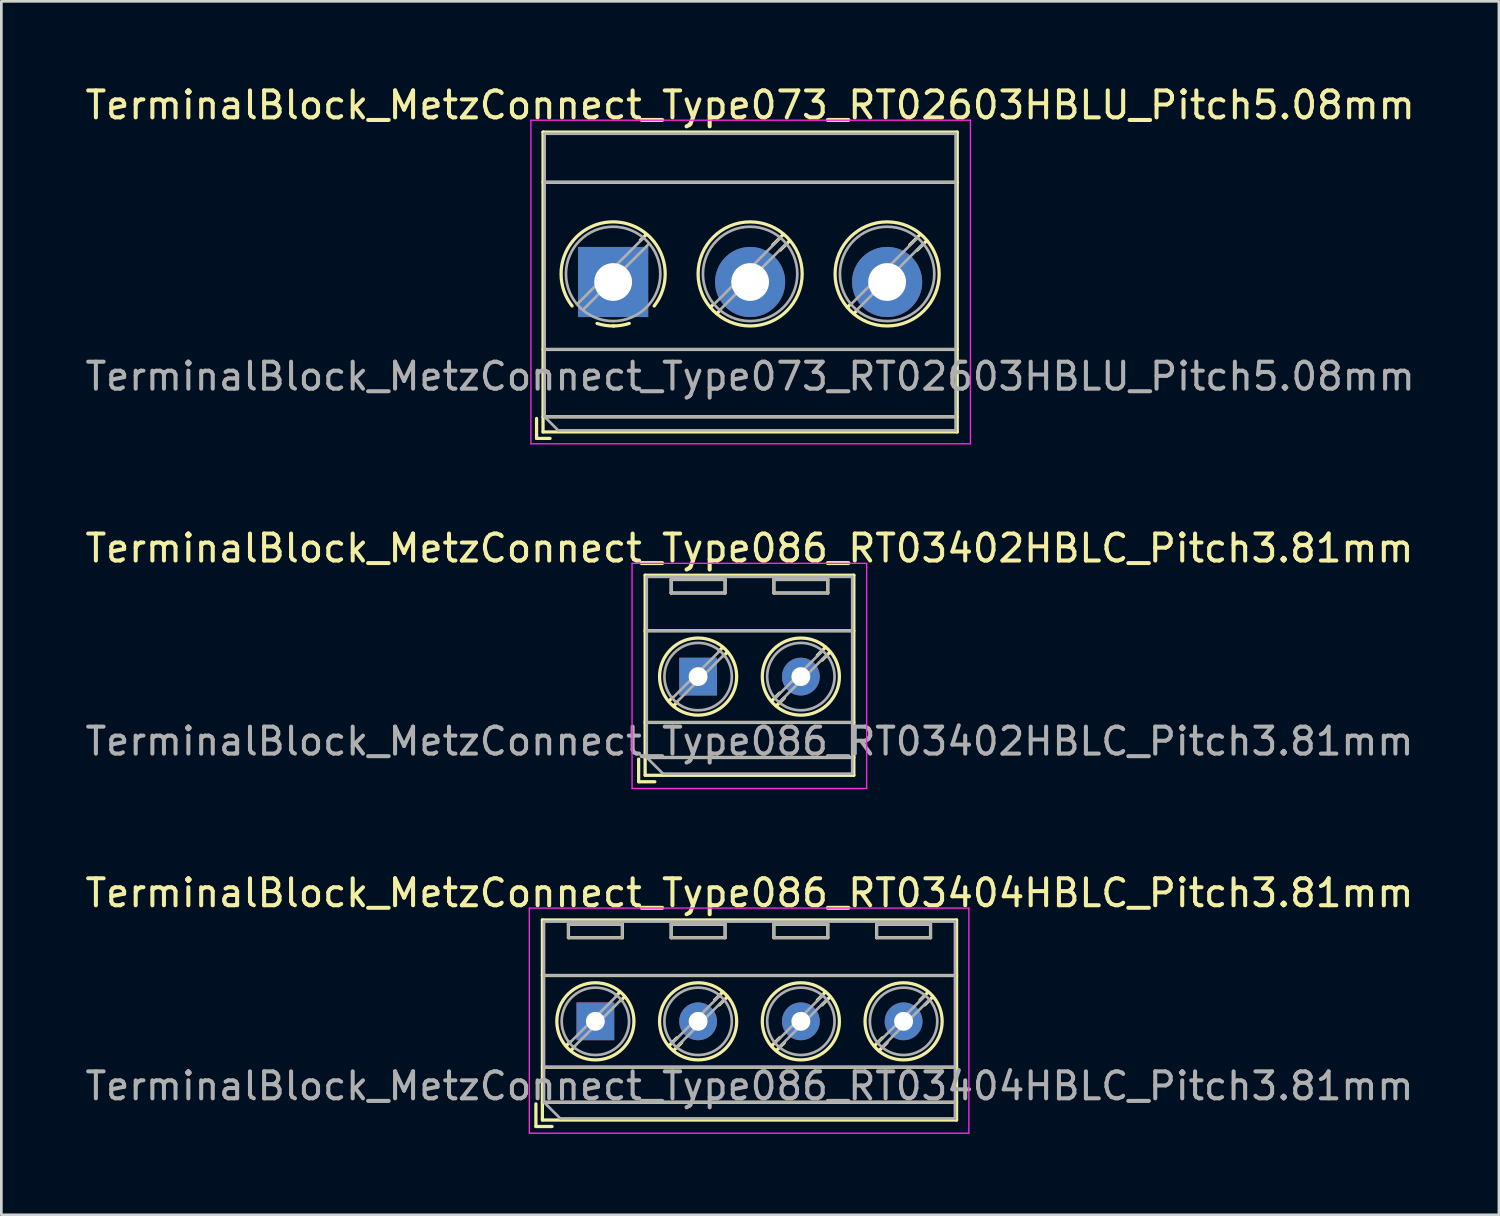
<source format=kicad_pcb>
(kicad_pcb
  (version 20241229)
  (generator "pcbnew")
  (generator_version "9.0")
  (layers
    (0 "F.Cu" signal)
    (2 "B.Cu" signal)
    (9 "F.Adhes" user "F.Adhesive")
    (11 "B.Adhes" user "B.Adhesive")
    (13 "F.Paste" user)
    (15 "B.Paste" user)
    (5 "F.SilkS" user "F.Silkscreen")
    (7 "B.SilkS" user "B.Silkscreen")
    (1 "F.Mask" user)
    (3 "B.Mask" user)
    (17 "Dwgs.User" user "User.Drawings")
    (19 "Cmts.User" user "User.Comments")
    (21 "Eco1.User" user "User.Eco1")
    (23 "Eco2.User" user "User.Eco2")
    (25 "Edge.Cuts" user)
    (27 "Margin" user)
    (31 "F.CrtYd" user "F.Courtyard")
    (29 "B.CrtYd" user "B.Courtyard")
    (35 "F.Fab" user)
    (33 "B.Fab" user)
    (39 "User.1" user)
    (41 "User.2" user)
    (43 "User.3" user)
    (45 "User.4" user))
  (footprint "TerminalBlock_MetzConnect_Type086_RT03404HBLC_Pitch3.81mm"
    (layer "F.Cu")
    (at 19.029 34.825)
    (property "Reference" "TerminalBlock_MetzConnect_Type086_RT03404HBLC_Pitch3.81mm" (at 5.715 -4.76 0) (layer "F.SilkS") (effects (font (size 1 1) (thickness 0.15))))
    (attr through_hole)
    (fp_line (start -2.205 3.06) (end -2.205 3.9) (stroke (width 0.12) (type solid)) (layer "F.SilkS"))
    (fp_line (start -2.205 3.9) (end -1.605 3.9) (stroke (width 0.12) (type solid)) (layer "F.SilkS"))
    (fp_line (start -1.965 -3.76) (end -1.965 3.66) (stroke (width 0.12) (type solid)) (layer "F.SilkS"))
    (fp_line (start -1.965 -1.7) (end 13.395 -1.7) (stroke (width 0.12) (type solid)) (layer "F.SilkS"))
    (fp_line (start -1.965 1.7) (end 13.395 1.7) (stroke (width 0.12) (type solid)) (layer "F.SilkS"))
    (fp_line (start -1.965 3) (end 13.395 3) (stroke (width 0.12) (type solid)) (layer "F.SilkS"))
    (fp_line (start -1.965 3.66) (end 13.395 3.66) (stroke (width 0.12) (type solid)) (layer "F.SilkS"))
    (fp_line (start -1 -3.6) (end -1 -3.1) (stroke (width 0.12) (type solid)) (layer "F.SilkS"))
    (fp_line (start -1 -3.6) (end 1 -3.6) (stroke (width 0.12) (type solid)) (layer "F.SilkS"))
    (fp_line (start -1 -3.1) (end 1 -3.1) (stroke (width 0.12) (type solid)) (layer "F.SilkS"))
    (fp_line (start -0.946 0.771) (end -1.085 0.91) (stroke (width 0.12) (type solid)) (layer "F.SilkS"))
    (fp_line (start -0.771 0.945) (end -0.911 1.085) (stroke (width 0.12) (type solid)) (layer "F.SilkS"))
    (fp_line (start 0.911 -1.085) (end 0.771 -0.945) (stroke (width 0.12) (type solid)) (layer "F.SilkS"))
    (fp_line (start 1 -3.6) (end 1 -3.1) (stroke (width 0.12) (type solid)) (layer "F.SilkS"))
    (fp_line (start 1.085 -0.91) (end 0.945 -0.771) (stroke (width 0.12) (type solid)) (layer "F.SilkS"))
    (fp_line (start 2.81 -3.6) (end 2.81 -3.1) (stroke (width 0.12) (type solid)) (layer "F.SilkS"))
    (fp_line (start 2.81 -3.6) (end 4.81 -3.6) (stroke (width 0.12) (type solid)) (layer "F.SilkS"))
    (fp_line (start 2.81 -3.1) (end 4.81 -3.1) (stroke (width 0.12) (type solid)) (layer "F.SilkS"))
    (fp_line (start 3.025 0.611) (end 2.726 0.91) (stroke (width 0.12) (type solid)) (layer "F.SilkS"))
    (fp_line (start 3.2 0.786) (end 2.9 1.085) (stroke (width 0.12) (type solid)) (layer "F.SilkS"))
    (fp_line (start 4.721 -1.085) (end 4.421 -0.786) (stroke (width 0.12) (type solid)) (layer "F.SilkS"))
    (fp_line (start 4.81 -3.6) (end 4.81 -3.1) (stroke (width 0.12) (type solid)) (layer "F.SilkS"))
    (fp_line (start 4.895 -0.91) (end 4.596 -0.611) (stroke (width 0.12) (type solid)) (layer "F.SilkS"))
    (fp_line (start 6.62 -3.6) (end 6.62 -3.1) (stroke (width 0.12) (type solid)) (layer "F.SilkS"))
    (fp_line (start 6.62 -3.6) (end 8.62 -3.6) (stroke (width 0.12) (type solid)) (layer "F.SilkS"))
    (fp_line (start 6.62 -3.1) (end 8.62 -3.1) (stroke (width 0.12) (type solid)) (layer "F.SilkS"))
    (fp_line (start 6.835 0.611) (end 6.536 0.91) (stroke (width 0.12) (type solid)) (layer "F.SilkS"))
    (fp_line (start 7.01 0.786) (end 6.71 1.085) (stroke (width 0.12) (type solid)) (layer "F.SilkS"))
    (fp_line (start 8.531 -1.085) (end 8.231 -0.786) (stroke (width 0.12) (type solid)) (layer "F.SilkS"))
    (fp_line (start 8.62 -3.6) (end 8.62 -3.1) (stroke (width 0.12) (type solid)) (layer "F.SilkS"))
    (fp_line (start 8.705 -0.91) (end 8.406 -0.611) (stroke (width 0.12) (type solid)) (layer "F.SilkS"))
    (fp_line (start 10.43 -3.6) (end 10.43 -3.1) (stroke (width 0.12) (type solid)) (layer "F.SilkS"))
    (fp_line (start 10.43 -3.6) (end 12.43 -3.6) (stroke (width 0.12) (type solid)) (layer "F.SilkS"))
    (fp_line (start 10.43 -3.1) (end 12.43 -3.1) (stroke (width 0.12) (type solid)) (layer "F.SilkS"))
    (fp_line (start 10.645 0.611) (end 10.346 0.91) (stroke (width 0.12) (type solid)) (layer "F.SilkS"))
    (fp_line (start 10.82 0.786) (end 10.52 1.085) (stroke (width 0.12) (type solid)) (layer "F.SilkS"))
    (fp_line (start 12.341 -1.085) (end 12.041 -0.786) (stroke (width 0.12) (type solid)) (layer "F.SilkS"))
    (fp_line (start 12.43 -3.6) (end 12.43 -3.1) (stroke (width 0.12) (type solid)) (layer "F.SilkS"))
    (fp_line (start 12.515 -0.91) (end 12.216 -0.611) (stroke (width 0.12) (type solid)) (layer "F.SilkS"))
    (fp_line (start 13.395 -3.76) (end -1.965 -3.76) (stroke (width 0.12) (type solid)) (layer "F.SilkS"))
    (fp_line (start 13.395 3.66) (end 13.395 -3.76) (stroke (width 0.12) (type solid)) (layer "F.SilkS"))
    (fp_circle (center 0 0) (end 1.43 0) (stroke (width 0.12) (type solid)) (fill no) (layer "F.SilkS"))
    (fp_circle (center 3.81 0) (end 5.24 0) (stroke (width 0.12) (type solid)) (fill no) (layer "F.SilkS"))
    (fp_circle (center 7.62 0) (end 9.05 0) (stroke (width 0.12) (type solid)) (fill no) (layer "F.SilkS"))
    (fp_circle (center 11.43 0) (end 12.86 0) (stroke (width 0.12) (type solid)) (fill no) (layer "F.SilkS"))
    (fp_line (start -2.45 -4.2) (end -2.45 4.15) (stroke (width 0.05) (type solid)) (layer "F.CrtYd"))
    (fp_line (start -2.45 4.15) (end 13.85 4.15) (stroke (width 0.05) (type solid)) (layer "F.CrtYd"))
    (fp_line (start 13.85 -4.2) (end -2.45 -4.2) (stroke (width 0.05) (type solid)) (layer "F.CrtYd"))
    (fp_line (start 13.85 4.15) (end 13.85 -4.2) (stroke (width 0.05) (type solid)) (layer "F.CrtYd"))
    (fp_line (start -1.905 -3.7) (end 13.335 -3.7) (stroke (width 0.1) (type solid)) (layer "F.Fab"))
    (fp_line (start -1.905 -1.7) (end 13.335 -1.7) (stroke (width 0.1) (type solid)) (layer "F.Fab"))
    (fp_line (start -1.905 1.7) (end 13.335 1.7) (stroke (width 0.1) (type solid)) (layer "F.Fab"))
    (fp_line (start -1.905 3) (end -1.905 -3.7) (stroke (width 0.1) (type solid)) (layer "F.Fab"))
    (fp_line (start -1.905 3) (end 13.335 3) (stroke (width 0.1) (type solid)) (layer "F.Fab"))
    (fp_line (start -1.305 3.6) (end -1.905 3) (stroke (width 0.1) (type solid)) (layer "F.Fab"))
    (fp_line (start -1 -3.6) (end -1 -3.1) (stroke (width 0.1) (type solid)) (layer "F.Fab"))
    (fp_line (start -1 -3.1) (end 1 -3.1) (stroke (width 0.1) (type solid)) (layer "F.Fab"))
    (fp_line (start 0.796 -0.948) (end -0.949 0.796) (stroke (width 0.1) (type solid)) (layer "F.Fab"))
    (fp_line (start 0.949 -0.796) (end -0.796 0.948) (stroke (width 0.1) (type solid)) (layer "F.Fab"))
    (fp_line (start 1 -3.6) (end -1 -3.6) (stroke (width 0.1) (type solid)) (layer "F.Fab"))
    (fp_line (start 1 -3.1) (end 1 -3.6) (stroke (width 0.1) (type solid)) (layer "F.Fab"))
    (fp_line (start 2.81 -3.6) (end 2.81 -3.1) (stroke (width 0.1) (type solid)) (layer "F.Fab"))
    (fp_line (start 2.81 -3.1) (end 4.81 -3.1) (stroke (width 0.1) (type solid)) (layer "F.Fab"))
    (fp_line (start 4.606 -0.948) (end 2.862 0.796) (stroke (width 0.1) (type solid)) (layer "F.Fab"))
    (fp_line (start 4.759 -0.796) (end 3.015 0.948) (stroke (width 0.1) (type solid)) (layer "F.Fab"))
    (fp_line (start 4.81 -3.6) (end 2.81 -3.6) (stroke (width 0.1) (type solid)) (layer "F.Fab"))
    (fp_line (start 4.81 -3.1) (end 4.81 -3.6) (stroke (width 0.1) (type solid)) (layer "F.Fab"))
    (fp_line (start 6.62 -3.6) (end 6.62 -3.1) (stroke (width 0.1) (type solid)) (layer "F.Fab"))
    (fp_line (start 6.62 -3.1) (end 8.62 -3.1) (stroke (width 0.1) (type solid)) (layer "F.Fab"))
    (fp_line (start 8.416 -0.948) (end 6.672 0.796) (stroke (width 0.1) (type solid)) (layer "F.Fab"))
    (fp_line (start 8.569 -0.796) (end 6.825 0.948) (stroke (width 0.1) (type solid)) (layer "F.Fab"))
    (fp_line (start 8.62 -3.6) (end 6.62 -3.6) (stroke (width 0.1) (type solid)) (layer "F.Fab"))
    (fp_line (start 8.62 -3.1) (end 8.62 -3.6) (stroke (width 0.1) (type solid)) (layer "F.Fab"))
    (fp_line (start 10.43 -3.6) (end 10.43 -3.1) (stroke (width 0.1) (type solid)) (layer "F.Fab"))
    (fp_line (start 10.43 -3.1) (end 12.43 -3.1) (stroke (width 0.1) (type solid)) (layer "F.Fab"))
    (fp_line (start 12.226 -0.948) (end 10.482 0.796) (stroke (width 0.1) (type solid)) (layer "F.Fab"))
    (fp_line (start 12.379 -0.796) (end 10.635 0.948) (stroke (width 0.1) (type solid)) (layer "F.Fab"))
    (fp_line (start 12.43 -3.6) (end 10.43 -3.6) (stroke (width 0.1) (type solid)) (layer "F.Fab"))
    (fp_line (start 12.43 -3.1) (end 12.43 -3.6) (stroke (width 0.1) (type solid)) (layer "F.Fab"))
    (fp_line (start 13.335 -3.7) (end 13.335 3.6) (stroke (width 0.1) (type solid)) (layer "F.Fab"))
    (fp_line (start 13.335 3.6) (end -1.305 3.6) (stroke (width 0.1) (type solid)) (layer "F.Fab"))
    (fp_circle (center 0 0) (end 1.25 0) (stroke (width 0.1) (type solid)) (fill no) (layer "F.Fab"))
    (fp_circle (center 3.81 0) (end 5.06 0) (stroke (width 0.1) (type solid)) (fill no) (layer "F.Fab"))
    (fp_circle (center 7.62 0) (end 8.87 0) (stroke (width 0.1) (type solid)) (fill no) (layer "F.Fab"))
    (fp_circle (center 11.43 0) (end 12.68 0) (stroke (width 0.1) (type solid)) (fill no) (layer "F.Fab"))
    (fp_text user "${REFERENCE}" (at 5.715 2.4 0) (layer "F.Fab") (effects (font (size 1 1) (thickness 0.15))))
    (pad "1" thru_hole rect (at 0 0) (size 1.4 1.4) (drill 0.7) (layers "*.Cu" "*.Mask"))
    (pad "2" thru_hole circle (at 3.81 0) (size 1.4 1.4) (drill 0.7) (layers "*.Cu" "*.Mask"))
    (pad "3" thru_hole circle (at 7.62 0) (size 1.4 1.4) (drill 0.7) (layers "*.Cu" "*.Mask"))
    (pad "4" thru_hole circle (at 11.43 0) (size 1.4 1.4) (drill 0.7) (layers "*.Cu" "*.Mask")))
  (footprint "TerminalBlock_MetzConnect_Type073_RT02603HBLU_Pitch5.08mm"
    (layer "F.Cu")
    (at 19.688 7.408)
    (property "Reference" "TerminalBlock_MetzConnect_Type073_RT02603HBLU_Pitch5.08mm" (at 5.08 -6.56 0) (layer "F.SilkS") (effects (font (size 1 1) (thickness 0.15))))
    (attr through_hole)
    (fp_line (start -2.84 5.06) (end -2.84 5.8) (stroke (width 0.12) (type solid)) (layer "F.SilkS"))
    (fp_line (start -2.84 5.8) (end -2.34 5.8) (stroke (width 0.12) (type solid)) (layer "F.SilkS"))
    (fp_line (start -2.6 -5.56) (end -2.6 5.56) (stroke (width 0.12) (type solid)) (layer "F.SilkS"))
    (fp_line (start -2.6 -3.7) (end 12.76 -3.7) (stroke (width 0.12) (type solid)) (layer "F.SilkS"))
    (fp_line (start -2.6 2.5) (end 12.76 2.5) (stroke (width 0.12) (type solid)) (layer "F.SilkS"))
    (fp_line (start -2.6 5) (end 12.76 5) (stroke (width 0.12) (type solid)) (layer "F.SilkS"))
    (fp_line (start -2.6 5.56) (end 12.76 5.56) (stroke (width 0.12) (type solid)) (layer "F.SilkS"))
    (fp_line (start 1.229 -1.764) (end 1.013 -1.549) (stroke (width 0.12) (type solid)) (layer "F.SilkS"))
    (fp_line (start 3.724 0.821) (end 3.617 0.928) (stroke (width 0.12) (type solid)) (layer "F.SilkS"))
    (fp_line (start 3.933 1.083) (end 3.852 1.164) (stroke (width 0.12) (type solid)) (layer "F.SilkS"))
    (fp_line (start 6.309 -1.764) (end 5.918 -1.374) (stroke (width 0.12) (type solid)) (layer "F.SilkS"))
    (fp_line (start 6.544 -1.529) (end 6.194 -1.179) (stroke (width 0.12) (type solid)) (layer "F.SilkS"))
    (fp_line (start 8.804 0.821) (end 8.697 0.928) (stroke (width 0.12) (type solid)) (layer "F.SilkS"))
    (fp_line (start 9.013 1.083) (end 8.932 1.164) (stroke (width 0.12) (type solid)) (layer "F.SilkS"))
    (fp_line (start 11.389 -1.764) (end 10.998 -1.374) (stroke (width 0.12) (type solid)) (layer "F.SilkS"))
    (fp_line (start 11.624 -1.529) (end 11.274 -1.179) (stroke (width 0.12) (type solid)) (layer "F.SilkS"))
    (fp_line (start 12.76 -5.56) (end -2.6 -5.56) (stroke (width 0.12) (type solid)) (layer "F.SilkS"))
    (fp_line (start 12.76 5.56) (end 12.76 -5.56) (stroke (width 0.12) (type solid)) (layer "F.SilkS"))
    (fp_arc (start -1.521645 0.888175) (mid -1.930586 -0.300524) (end -1.521 -1.489) (stroke (width 0.12) (type solid)) (layer "F.SilkS"))
    (fp_arc (start -1.500317 -1.514609) (mid -0.000252 -2.230344) (end 1.5 -1.515) (stroke (width 0.12) (type solid)) (layer "F.SilkS"))
    (fp_arc (start 0.033269 1.630336) (mid -0.285785 1.609354) (end -0.597 1.536) (stroke (width 0.12) (type solid)) (layer "F.SilkS"))
    (fp_arc (start 0.596403 1.535539) (mid 0.301919 1.606238) (end 0 1.63) (stroke (width 0.12) (type solid)) (layer "F.SilkS"))
    (fp_arc (start 1.521645 -1.488175) (mid 1.930586 -0.299476) (end 1.521 0.889) (stroke (width 0.12) (type solid)) (layer "F.SilkS"))
    (fp_arc (start 5.08 1.63) (mid 5.08 -2.23) (end 5.08 1.63) (stroke (width 0.12) (type solid)) (layer "F.SilkS"))
    (fp_arc (start 10.16 1.63) (mid 10.16 -2.23) (end 10.16 1.63) (stroke (width 0.12) (type solid)) (layer "F.SilkS"))
    (fp_line (start -3.05 -6) (end -3.05 6) (stroke (width 0.05) (type solid)) (layer "F.CrtYd"))
    (fp_line (start -3.05 6) (end 13.25 6) (stroke (width 0.05) (type solid)) (layer "F.CrtYd"))
    (fp_line (start 13.25 -6) (end -3.05 -6) (stroke (width 0.05) (type solid)) (layer "F.CrtYd"))
    (fp_line (start 13.25 6) (end 13.25 -6) (stroke (width 0.05) (type solid)) (layer "F.CrtYd"))
    (fp_line (start -2.54 -5.5) (end 12.7 -5.5) (stroke (width 0.1) (type solid)) (layer "F.Fab"))
    (fp_line (start -2.54 -3.7) (end 12.7 -3.7) (stroke (width 0.1) (type solid)) (layer "F.Fab"))
    (fp_line (start -2.54 2.5) (end 12.7 2.5) (stroke (width 0.1) (type solid)) (layer "F.Fab"))
    (fp_line (start -2.54 5) (end -2.54 -5.5) (stroke (width 0.1) (type solid)) (layer "F.Fab"))
    (fp_line (start -2.54 5) (end 12.7 5) (stroke (width 0.1) (type solid)) (layer "F.Fab"))
    (fp_line (start -2.04 5.5) (end -2.54 5) (stroke (width 0.1) (type solid)) (layer "F.Fab"))
    (fp_line (start 1.114 -1.628) (end -1.328 0.814) (stroke (width 0.1) (type solid)) (layer "F.Fab"))
    (fp_line (start 1.328 -1.414) (end -1.114 1.027) (stroke (width 0.1) (type solid)) (layer "F.Fab"))
    (fp_line (start 6.194 -1.628) (end 3.753 0.814) (stroke (width 0.1) (type solid)) (layer "F.Fab"))
    (fp_line (start 6.408 -1.414) (end 3.967 1.027) (stroke (width 0.1) (type solid)) (layer "F.Fab"))
    (fp_line (start 11.274 -1.628) (end 8.833 0.814) (stroke (width 0.1) (type solid)) (layer "F.Fab"))
    (fp_line (start 11.488 -1.414) (end 9.047 1.027) (stroke (width 0.1) (type solid)) (layer "F.Fab"))
    (fp_line (start 12.7 -5.5) (end 12.7 5.5) (stroke (width 0.1) (type solid)) (layer "F.Fab"))
    (fp_line (start 12.7 5.5) (end -2.04 5.5) (stroke (width 0.1) (type solid)) (layer "F.Fab"))
    (fp_circle (center 0 -0.3) (end 1.75 -0.3) (stroke (width 0.1) (type solid)) (fill no) (layer "F.Fab"))
    (fp_circle (center 5.08 -0.3) (end 6.83 -0.3) (stroke (width 0.1) (type solid)) (fill no) (layer "F.Fab"))
    (fp_circle (center 10.16 -0.3) (end 11.91 -0.3) (stroke (width 0.1) (type solid)) (fill no) (layer "F.Fab"))
    (fp_text user "${REFERENCE}" (at 5.08 3.5 0) (layer "F.Fab") (effects (font (size 1 1) (thickness 0.15))))
    (pad "1" thru_hole rect (at 0 0) (size 2.6 2.6) (drill 1.4) (layers "*.Cu" "*.Mask"))
    (pad "2" thru_hole circle (at 5.08 0) (size 2.6 2.6) (drill 1.4) (layers "*.Cu" "*.Mask"))
    (pad "3" thru_hole circle (at 10.16 0) (size 2.6 2.6) (drill 1.4) (layers "*.Cu" "*.Mask")))
  (footprint "TerminalBlock_MetzConnect_Type086_RT03402HBLC_Pitch3.81mm"
    (layer "F.Cu")
    (at 22.839 22.041)
    (property "Reference" "TerminalBlock_MetzConnect_Type086_RT03402HBLC_Pitch3.81mm" (at 1.905 -4.76 0) (layer "F.SilkS") (effects (font (size 1 1) (thickness 0.15))))
    (attr through_hole)
    (fp_line (start -2.205 3.06) (end -2.205 3.9) (stroke (width 0.12) (type solid)) (layer "F.SilkS"))
    (fp_line (start -2.205 3.9) (end -1.605 3.9) (stroke (width 0.12) (type solid)) (layer "F.SilkS"))
    (fp_line (start -1.965 -3.76) (end -1.965 3.66) (stroke (width 0.12) (type solid)) (layer "F.SilkS"))
    (fp_line (start -1.965 -1.7) (end 5.775 -1.7) (stroke (width 0.12) (type solid)) (layer "F.SilkS"))
    (fp_line (start -1.965 1.7) (end 5.775 1.7) (stroke (width 0.12) (type solid)) (layer "F.SilkS"))
    (fp_line (start -1.965 3) (end 5.775 3) (stroke (width 0.12) (type solid)) (layer "F.SilkS"))
    (fp_line (start -1.965 3.66) (end 5.775 3.66) (stroke (width 0.12) (type solid)) (layer "F.SilkS"))
    (fp_line (start -1 -3.6) (end -1 -3.1) (stroke (width 0.12) (type solid)) (layer "F.SilkS"))
    (fp_line (start -1 -3.6) (end 1 -3.6) (stroke (width 0.12) (type solid)) (layer "F.SilkS"))
    (fp_line (start -1 -3.1) (end 1 -3.1) (stroke (width 0.12) (type solid)) (layer "F.SilkS"))
    (fp_line (start -0.946 0.771) (end -1.085 0.91) (stroke (width 0.12) (type solid)) (layer "F.SilkS"))
    (fp_line (start -0.771 0.945) (end -0.911 1.085) (stroke (width 0.12) (type solid)) (layer "F.SilkS"))
    (fp_line (start 0.911 -1.085) (end 0.771 -0.945) (stroke (width 0.12) (type solid)) (layer "F.SilkS"))
    (fp_line (start 1 -3.6) (end 1 -3.1) (stroke (width 0.12) (type solid)) (layer "F.SilkS"))
    (fp_line (start 1.085 -0.91) (end 0.945 -0.771) (stroke (width 0.12) (type solid)) (layer "F.SilkS"))
    (fp_line (start 2.81 -3.6) (end 2.81 -3.1) (stroke (width 0.12) (type solid)) (layer "F.SilkS"))
    (fp_line (start 2.81 -3.6) (end 4.81 -3.6) (stroke (width 0.12) (type solid)) (layer "F.SilkS"))
    (fp_line (start 2.81 -3.1) (end 4.81 -3.1) (stroke (width 0.12) (type solid)) (layer "F.SilkS"))
    (fp_line (start 3.025 0.611) (end 2.726 0.91) (stroke (width 0.12) (type solid)) (layer "F.SilkS"))
    (fp_line (start 3.2 0.786) (end 2.9 1.085) (stroke (width 0.12) (type solid)) (layer "F.SilkS"))
    (fp_line (start 4.721 -1.085) (end 4.421 -0.786) (stroke (width 0.12) (type solid)) (layer "F.SilkS"))
    (fp_line (start 4.81 -3.6) (end 4.81 -3.1) (stroke (width 0.12) (type solid)) (layer "F.SilkS"))
    (fp_line (start 4.895 -0.91) (end 4.596 -0.611) (stroke (width 0.12) (type solid)) (layer "F.SilkS"))
    (fp_line (start 5.775 -3.76) (end -1.965 -3.76) (stroke (width 0.12) (type solid)) (layer "F.SilkS"))
    (fp_line (start 5.775 3.66) (end 5.775 -3.76) (stroke (width 0.12) (type solid)) (layer "F.SilkS"))
    (fp_circle (center 0 0) (end 1.43 0) (stroke (width 0.12) (type solid)) (fill no) (layer "F.SilkS"))
    (fp_circle (center 3.81 0) (end 5.24 0) (stroke (width 0.12) (type solid)) (fill no) (layer "F.SilkS"))
    (fp_line (start -2.45 -4.2) (end -2.45 4.15) (stroke (width 0.05) (type solid)) (layer "F.CrtYd"))
    (fp_line (start -2.45 4.15) (end 6.25 4.15) (stroke (width 0.05) (type solid)) (layer "F.CrtYd"))
    (fp_line (start 6.25 -4.2) (end -2.45 -4.2) (stroke (width 0.05) (type solid)) (layer "F.CrtYd"))
    (fp_line (start 6.25 4.15) (end 6.25 -4.2) (stroke (width 0.05) (type solid)) (layer "F.CrtYd"))
    (fp_line (start -1.905 -3.7) (end 5.715 -3.7) (stroke (width 0.1) (type solid)) (layer "F.Fab"))
    (fp_line (start -1.905 -1.7) (end 5.715 -1.7) (stroke (width 0.1) (type solid)) (layer "F.Fab"))
    (fp_line (start -1.905 1.7) (end 5.715 1.7) (stroke (width 0.1) (type solid)) (layer "F.Fab"))
    (fp_line (start -1.905 3) (end -1.905 -3.7) (stroke (width 0.1) (type solid)) (layer "F.Fab"))
    (fp_line (start -1.905 3) (end 5.715 3) (stroke (width 0.1) (type solid)) (layer "F.Fab"))
    (fp_line (start -1.305 3.6) (end -1.905 3) (stroke (width 0.1) (type solid)) (layer "F.Fab"))
    (fp_line (start -1 -3.6) (end -1 -3.1) (stroke (width 0.1) (type solid)) (layer "F.Fab"))
    (fp_line (start -1 -3.1) (end 1 -3.1) (stroke (width 0.1) (type solid)) (layer "F.Fab"))
    (fp_line (start 0.796 -0.948) (end -0.949 0.796) (stroke (width 0.1) (type solid)) (layer "F.Fab"))
    (fp_line (start 0.949 -0.796) (end -0.796 0.948) (stroke (width 0.1) (type solid)) (layer "F.Fab"))
    (fp_line (start 1 -3.6) (end -1 -3.6) (stroke (width 0.1) (type solid)) (layer "F.Fab"))
    (fp_line (start 1 -3.1) (end 1 -3.6) (stroke (width 0.1) (type solid)) (layer "F.Fab"))
    (fp_line (start 2.81 -3.6) (end 2.81 -3.1) (stroke (width 0.1) (type solid)) (layer "F.Fab"))
    (fp_line (start 2.81 -3.1) (end 4.81 -3.1) (stroke (width 0.1) (type solid)) (layer "F.Fab"))
    (fp_line (start 4.606 -0.948) (end 2.862 0.796) (stroke (width 0.1) (type solid)) (layer "F.Fab"))
    (fp_line (start 4.759 -0.796) (end 3.015 0.948) (stroke (width 0.1) (type solid)) (layer "F.Fab"))
    (fp_line (start 4.81 -3.6) (end 2.81 -3.6) (stroke (width 0.1) (type solid)) (layer "F.Fab"))
    (fp_line (start 4.81 -3.1) (end 4.81 -3.6) (stroke (width 0.1) (type solid)) (layer "F.Fab"))
    (fp_line (start 5.715 -3.7) (end 5.715 3.6) (stroke (width 0.1) (type solid)) (layer "F.Fab"))
    (fp_line (start 5.715 3.6) (end -1.305 3.6) (stroke (width 0.1) (type solid)) (layer "F.Fab"))
    (fp_circle (center 0 0) (end 1.25 0) (stroke (width 0.1) (type solid)) (fill no) (layer "F.Fab"))
    (fp_circle (center 3.81 0) (end 5.06 0) (stroke (width 0.1) (type solid)) (fill no) (layer "F.Fab"))
    (fp_text user "${REFERENCE}" (at 1.905 2.4 0) (layer "F.Fab") (effects (font (size 1 1) (thickness 0.15))))
    (pad "1" thru_hole rect (at 0 0) (size 1.4 1.4) (drill 0.7) (layers "*.Cu" "*.Mask"))
    (pad "2" thru_hole circle (at 3.81 0) (size 1.4 1.4) (drill 0.7) (layers "*.Cu" "*.Mask")))
  (gr_rect
    (start -3 -3)
    (end 52.536 42)
    (stroke (width 0.1) (type default))
    (fill no)
    (layer "Edge.Cuts")))
</source>
